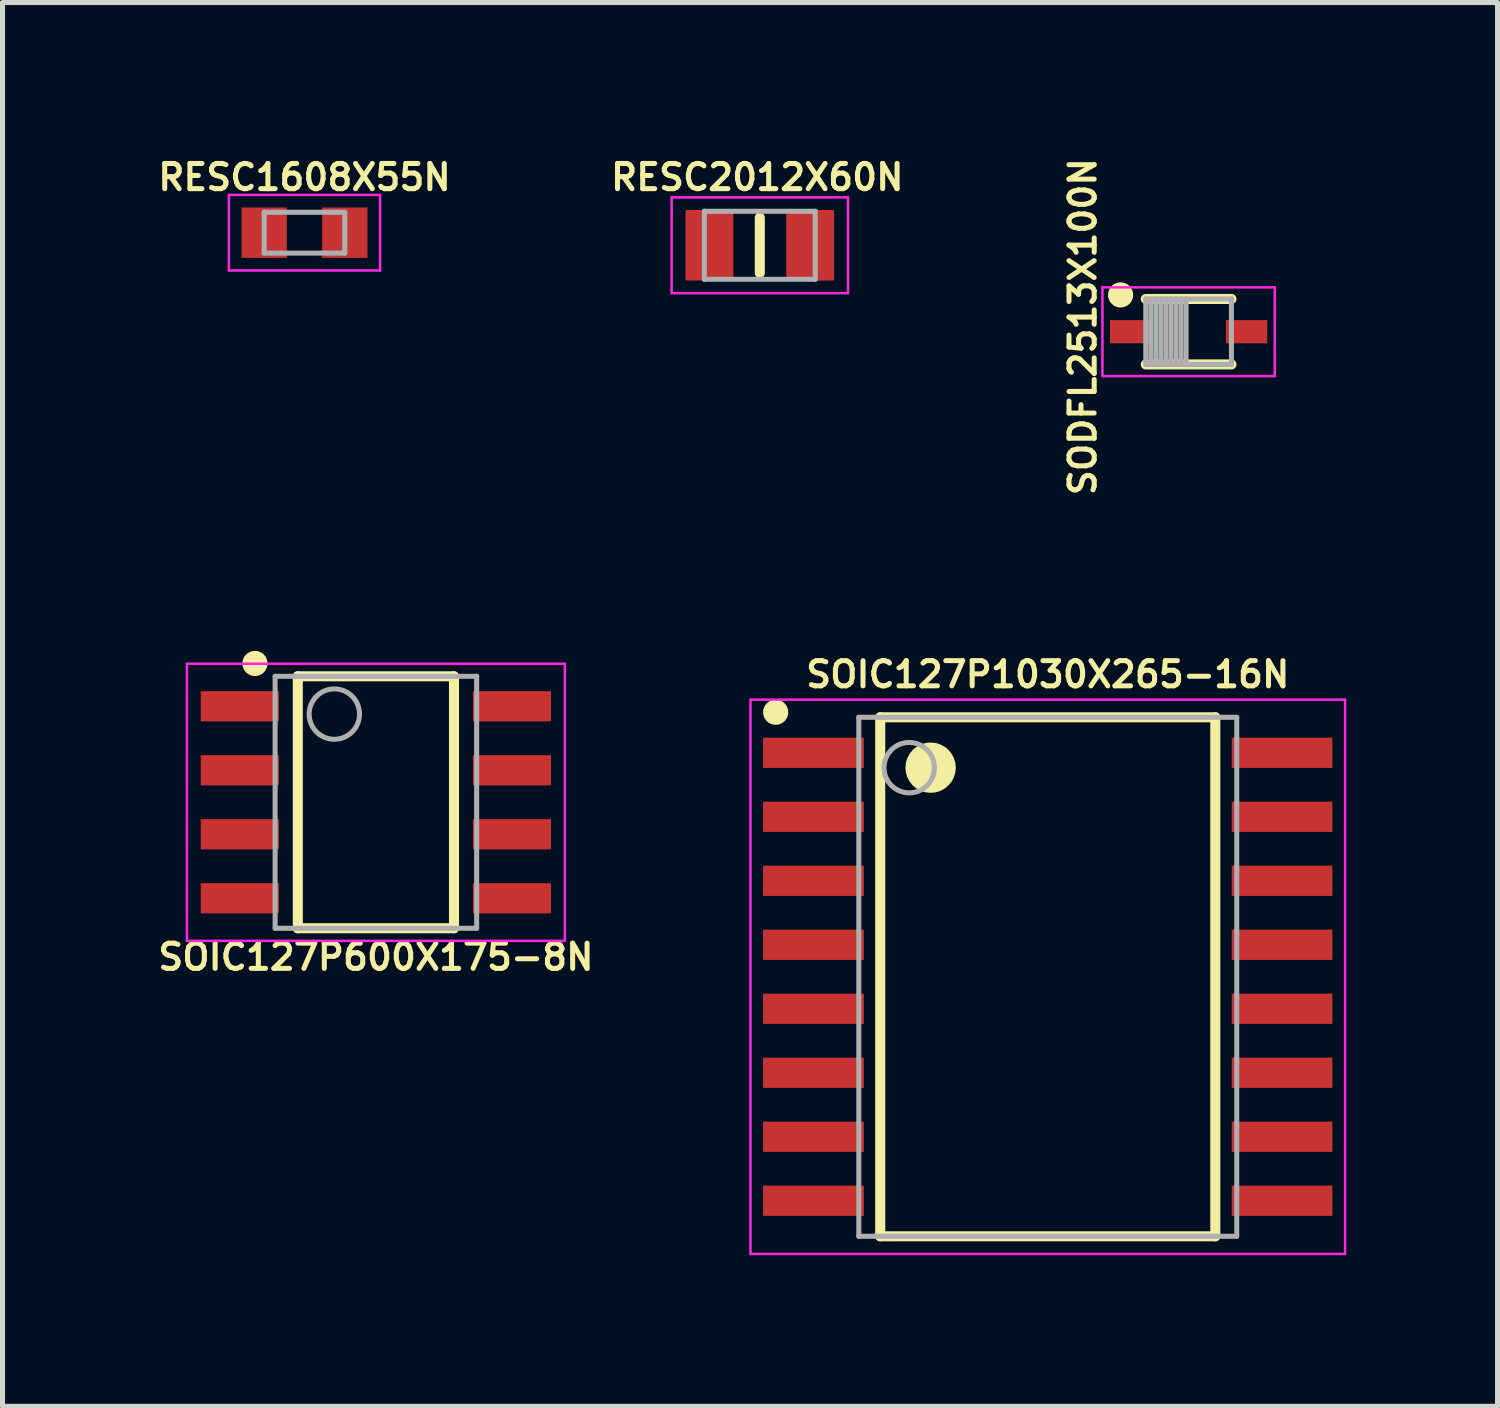
<source format=kicad_pcb>
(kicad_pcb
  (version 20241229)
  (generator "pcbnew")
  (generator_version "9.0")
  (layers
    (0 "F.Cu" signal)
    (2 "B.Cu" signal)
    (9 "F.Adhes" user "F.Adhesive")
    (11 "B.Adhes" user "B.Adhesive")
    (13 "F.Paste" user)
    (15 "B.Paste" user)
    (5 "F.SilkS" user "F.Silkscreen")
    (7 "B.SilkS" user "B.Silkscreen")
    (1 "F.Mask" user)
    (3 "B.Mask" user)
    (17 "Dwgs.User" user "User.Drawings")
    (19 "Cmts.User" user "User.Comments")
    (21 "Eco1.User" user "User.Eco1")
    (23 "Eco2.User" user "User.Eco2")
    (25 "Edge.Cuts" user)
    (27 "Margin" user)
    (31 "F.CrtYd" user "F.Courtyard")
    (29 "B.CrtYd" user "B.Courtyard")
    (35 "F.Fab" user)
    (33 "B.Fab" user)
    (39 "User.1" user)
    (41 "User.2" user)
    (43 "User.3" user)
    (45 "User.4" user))
  (footprint "SODFL2513X100N"
    (layer "F.Cu")
    (at 20.539 3.533)
    (property "Reference" "SODFL2513X100N" (at -2.1 -0.1 90) (layer "F.SilkS") (effects (font (size 0.5 0.5) (thickness 0.1))))
    (attr smd)
    (fp_line (start -0.85 -0.65) (end 0.85 -0.65) (stroke (width 0.2) (type solid)) (layer "F.SilkS"))
    (fp_line (start -0.85 0.65) (end 0.85 0.65) (stroke (width 0.2) (type solid)) (layer "F.SilkS"))
    (fp_circle (center -1.35 -0.73) (end -1.225 -0.73) (stroke (width 0.25) (type solid)) (fill no) (layer "F.SilkS"))
    (fp_line (start -0.9 -0.725) (end 0.9 -0.725) (stroke (width 0.001) (type solid)) (layer "Cmts.User"))
    (fp_line (start -0.9 0.725) (end -0.9 -0.725) (stroke (width 0.001) (type solid)) (layer "Cmts.User"))
    (fp_line (start -0.9 0.725) (end 0.9 0.725) (stroke (width 0.001) (type solid)) (layer "Cmts.User"))
    (fp_line (start 0.9 0.725) (end 0.9 -0.725) (stroke (width 0.001) (type solid)) (layer "Cmts.User"))
    (fp_line (start -1.71 -0.88) (end 1.71 -0.88) (stroke (width 0.05) (type solid)) (layer "F.CrtYd"))
    (fp_line (start -1.71 0.88) (end -1.71 -0.88) (stroke (width 0.05) (type solid)) (layer "F.CrtYd"))
    (fp_line (start -1.71 0.88) (end 1.71 0.88) (stroke (width 0.05) (type solid)) (layer "F.CrtYd"))
    (fp_line (start 1.71 0.88) (end 1.71 -0.88) (stroke (width 0.05) (type solid)) (layer "F.CrtYd"))
    (fp_line (start -0.85 -0.65) (end 0.85 -0.65) (stroke (width 0.1) (type solid)) (layer "F.Fab"))
    (fp_line (start -0.85 0.65) (end -0.85 -0.65) (stroke (width 0.1) (type solid)) (layer "F.Fab"))
    (fp_line (start -0.85 0.65) (end 0.85 0.65) (stroke (width 0.1) (type solid)) (layer "F.Fab"))
    (fp_line (start -0.75 0.65) (end -0.75 -0.65) (stroke (width 0.1) (type solid)) (layer "F.Fab"))
    (fp_line (start -0.65 0.65) (end -0.65 -0.65) (stroke (width 0.1) (type solid)) (layer "F.Fab"))
    (fp_line (start -0.55 0.65) (end -0.55 -0.65) (stroke (width 0.1) (type solid)) (layer "F.Fab"))
    (fp_line (start -0.45 0.65) (end -0.45 -0.65) (stroke (width 0.1) (type solid)) (layer "F.Fab"))
    (fp_line (start -0.35 0.65) (end -0.35 -0.65) (stroke (width 0.1) (type solid)) (layer "F.Fab"))
    (fp_line (start -0.25 0.65) (end -0.25 -0.65) (stroke (width 0.1) (type solid)) (layer "F.Fab"))
    (fp_line (start -0.15 0.65) (end -0.15 -0.65) (stroke (width 0.1) (type solid)) (layer "F.Fab"))
    (fp_line (start -0.05 0.65) (end -0.05 -0.65) (stroke (width 0.1) (type solid)) (layer "F.Fab"))
    (fp_line (start 0.85 0.65) (end 0.85 -0.65) (stroke (width 0.1) (type solid)) (layer "F.Fab"))
    (pad "1" smd rect (at -1.15 0) (size 0.82 0.46) (layers "F.Cu" "F.Mask" "F.Paste"))
    (pad "2" smd rect (at 1.15 0) (size 0.82 0.46) (layers "F.Cu" "F.Mask" "F.Paste")))
  (footprint "RESC1608X55N"
    (layer "F.Cu")
    (at 2.993 1.568)
    (property "Reference" "RESC1608X55N" (at 0 -1.1 0) (layer "F.SilkS") (effects (font (size 0.5 0.5) (thickness 0.1))))
    (attr smd)
    (fp_line (start -1.5 -0.75) (end 1.5 -0.75) (stroke (width 0.05) (type solid)) (layer "F.CrtYd"))
    (fp_line (start -1.5 0.75) (end -1.5 -0.75) (stroke (width 0.05) (type solid)) (layer "F.CrtYd"))
    (fp_line (start -1.5 0.75) (end 1.5 0.75) (stroke (width 0.05) (type solid)) (layer "F.CrtYd"))
    (fp_line (start 1.5 0.75) (end 1.5 -0.75) (stroke (width 0.05) (type solid)) (layer "F.CrtYd"))
    (fp_line (start -0.8 -0.405) (end 0.8 -0.405) (stroke (width 0.1) (type solid)) (layer "F.Fab"))
    (fp_line (start -0.8 0.405) (end -0.8 -0.405) (stroke (width 0.1) (type solid)) (layer "F.Fab"))
    (fp_line (start -0.8 0.405) (end 0.8 0.405) (stroke (width 0.1) (type solid)) (layer "F.Fab"))
    (fp_line (start 0.8 0.405) (end 0.8 -0.405) (stroke (width 0.1) (type solid)) (layer "F.Fab"))
    (pad "1" smd rect (at -0.8 0 180) (size 0.9 1) (layers "F.Cu" "F.Mask" "F.Paste"))
    (pad "2" smd rect (at 0.8 0 180) (size 0.9 1) (layers "F.Cu" "F.Mask" "F.Paste")))
  (footprint "SOIC127P1030X265-16N"
    (layer "F.Cu")
    (at 17.744 16.335)
    (property "Reference" "SOIC127P1030X265-16N" (at 0 -6 0) (layer "F.SilkS") (effects (font (size 0.5 0.5) (thickness 0.1))))
    (attr smd)
    (fp_line (start -3.325 -5.15) (end 3.325 -5.15) (stroke (width 0.2) (type solid)) (layer "F.SilkS"))
    (fp_line (start -3.325 5.15) (end -3.325 -5.15) (stroke (width 0.2) (type solid)) (layer "F.SilkS"))
    (fp_line (start -3.325 5.15) (end 3.325 5.15) (stroke (width 0.2) (type solid)) (layer "F.SilkS"))
    (fp_line (start 3.325 5.15) (end 3.325 -5.15) (stroke (width 0.2) (type solid)) (layer "F.SilkS"))
    (fp_circle (center -5.4 -5.25) (end -5.275 -5.25) (stroke (width 0.25) (type solid)) (fill no) (layer "F.SilkS"))
    (fp_circle (center -2.325 -4.15) (end -2.075 -4.15) (stroke (width 0.5) (type solid)) (fill no) (layer "F.SilkS"))
    (fp_line (start -5.9 -5.5) (end 5.9 -5.5) (stroke (width 0.05) (type solid)) (layer "F.CrtYd"))
    (fp_line (start -5.9 5.5) (end -5.9 -5.5) (stroke (width 0.05) (type solid)) (layer "F.CrtYd"))
    (fp_line (start -5.9 5.5) (end 5.9 5.5) (stroke (width 0.05) (type solid)) (layer "F.CrtYd"))
    (fp_line (start 5.9 5.5) (end 5.9 -5.5) (stroke (width 0.05) (type solid)) (layer "F.CrtYd"))
    (fp_line (start -3.75 -5.15) (end 3.75 -5.15) (stroke (width 0.1) (type solid)) (layer "F.Fab"))
    (fp_line (start -3.75 5.15) (end -3.75 -5.15) (stroke (width 0.1) (type solid)) (layer "F.Fab"))
    (fp_line (start -3.75 5.15) (end 3.75 5.15) (stroke (width 0.1) (type solid)) (layer "F.Fab"))
    (fp_line (start 3.75 5.15) (end 3.75 -5.15) (stroke (width 0.1) (type solid)) (layer "F.Fab"))
    (fp_circle (center -2.75 -4.15) (end -2.25 -4.15) (stroke (width 0.1) (type solid)) (fill no) (layer "F.Fab"))
    (pad "1" smd rect (at -4.65 -4.445) (size 2 0.6) (layers "F.Cu" "F.Mask" "F.Paste"))
    (pad "2" smd rect (at -4.65 -3.175) (size 2 0.6) (layers "F.Cu" "F.Mask" "F.Paste"))
    (pad "3" smd rect (at -4.65 -1.905) (size 2 0.6) (layers "F.Cu" "F.Mask" "F.Paste"))
    (pad "4" smd rect (at -4.65 -0.635) (size 2 0.6) (layers "F.Cu" "F.Mask" "F.Paste"))
    (pad "5" smd rect (at -4.65 0.635) (size 2 0.6) (layers "F.Cu" "F.Mask" "F.Paste"))
    (pad "6" smd rect (at -4.65 1.905) (size 2 0.6) (layers "F.Cu" "F.Mask" "F.Paste"))
    (pad "7" smd rect (at -4.65 3.175) (size 2 0.6) (layers "F.Cu" "F.Mask" "F.Paste"))
    (pad "8" smd rect (at -4.65 4.445) (size 2 0.6) (layers "F.Cu" "F.Mask" "F.Paste"))
    (pad "9" smd rect (at 4.65 4.445) (size 2 0.6) (layers "F.Cu" "F.Mask" "F.Paste"))
    (pad "10" smd rect (at 4.65 3.175) (size 2 0.6) (layers "F.Cu" "F.Mask" "F.Paste"))
    (pad "11" smd rect (at 4.65 1.905) (size 2 0.6) (layers "F.Cu" "F.Mask" "F.Paste"))
    (pad "12" smd rect (at 4.65 0.635) (size 2 0.6) (layers "F.Cu" "F.Mask" "F.Paste"))
    (pad "13" smd rect (at 4.65 -0.635) (size 2 0.6) (layers "F.Cu" "F.Mask" "F.Paste"))
    (pad "14" smd rect (at 4.65 -1.905) (size 2 0.6) (layers "F.Cu" "F.Mask" "F.Paste"))
    (pad "15" smd rect (at 4.65 -3.175) (size 2 0.6) (layers "F.Cu" "F.Mask" "F.Paste"))
    (pad "16" smd rect (at 4.65 -4.445) (size 2 0.6) (layers "F.Cu" "F.Mask" "F.Paste")))
  (footprint "SOIC127P600X175-8N"
    (layer "F.Cu")
    (at 4.41 12.872)
    (property "Reference" "SOIC127P600X175-8N" (at 0 3.07 0) (layer "F.SilkS") (effects (font (size 0.5 0.5) (thickness 0.1))))
    (attr smd)
    (fp_line (start -1.55 -2.5) (end 1.55 -2.5) (stroke (width 0.2) (type solid)) (layer "F.SilkS"))
    (fp_line (start -1.55 2.5) (end -1.55 -2.5) (stroke (width 0.2) (type solid)) (layer "F.SilkS"))
    (fp_line (start -1.55 2.5) (end 1.55 2.5) (stroke (width 0.2) (type solid)) (layer "F.SilkS"))
    (fp_line (start 1.55 2.5) (end 1.55 -2.5) (stroke (width 0.2) (type solid)) (layer "F.SilkS"))
    (fp_circle (center -2.4 -2.755) (end -2.275 -2.755) (stroke (width 0.25) (type solid)) (fill no) (layer "F.SilkS"))
    (fp_line (start -3.75 -2.75) (end 3.75 -2.75) (stroke (width 0.05) (type solid)) (layer "F.CrtYd"))
    (fp_line (start -3.75 2.75) (end -3.75 -2.75) (stroke (width 0.05) (type solid)) (layer "F.CrtYd"))
    (fp_line (start -3.75 2.75) (end 3.75 2.75) (stroke (width 0.05) (type solid)) (layer "F.CrtYd"))
    (fp_line (start 3.75 2.75) (end 3.75 -2.75) (stroke (width 0.05) (type solid)) (layer "F.CrtYd"))
    (fp_line (start -2 -2.5) (end 2 -2.5) (stroke (width 0.1) (type solid)) (layer "F.Fab"))
    (fp_line (start -2 2.5) (end -2 -2.5) (stroke (width 0.1) (type solid)) (layer "F.Fab"))
    (fp_line (start -2 2.5) (end 2 2.5) (stroke (width 0.1) (type solid)) (layer "F.Fab"))
    (fp_line (start 2 2.5) (end 2 -2.5) (stroke (width 0.1) (type solid)) (layer "F.Fab"))
    (fp_circle (center -0.825 -1.75) (end -0.325 -1.75) (stroke (width 0.1) (type solid)) (fill no) (layer "F.Fab"))
    (pad "1" smd rect (at -2.7 -1.905 270) (size 0.6 1.55) (layers "F.Cu" "F.Mask" "F.Paste"))
    (pad "2" smd rect (at -2.7 -0.635 270) (size 0.6 1.55) (layers "F.Cu" "F.Mask" "F.Paste"))
    (pad "3" smd rect (at -2.7 0.635 270) (size 0.6 1.55) (layers "F.Cu" "F.Mask" "F.Paste"))
    (pad "4" smd rect (at -2.7 1.905 270) (size 0.6 1.55) (layers "F.Cu" "F.Mask" "F.Paste"))
    (pad "5" smd rect (at 2.7 1.905 270) (size 0.6 1.55) (layers "F.Cu" "F.Mask" "F.Paste"))
    (pad "6" smd rect (at 2.7 0.635 270) (size 0.6 1.55) (layers "F.Cu" "F.Mask" "F.Paste"))
    (pad "7" smd rect (at 2.7 -0.635 270) (size 0.6 1.55) (layers "F.Cu" "F.Mask" "F.Paste"))
    (pad "8" smd rect (at 2.7 -1.905 270) (size 0.6 1.55) (layers "F.Cu" "F.Mask" "F.Paste")))
  (footprint "RESC2012X60N"
    (layer "F.Cu")
    (at 12.029 1.818)
    (property "Reference" "RESC2012X60N" (at -0.05 -1.35 0) (layer "F.SilkS") (effects (font (size 0.5 0.5) (thickness 0.1))))
    (attr smd)
    (fp_line (start 0 0.55) (end 0 -0.55) (stroke (width 0.2) (type solid)) (layer "F.SilkS"))
    (fp_line (start -1.75 -0.95) (end 1.75 -0.95) (stroke (width 0.05) (type solid)) (layer "F.CrtYd"))
    (fp_line (start -1.75 0.95) (end -1.75 -0.95) (stroke (width 0.05) (type solid)) (layer "F.CrtYd"))
    (fp_line (start -1.75 0.95) (end 1.75 0.95) (stroke (width 0.05) (type solid)) (layer "F.CrtYd"))
    (fp_line (start 1.75 0.95) (end 1.75 -0.95) (stroke (width 0.05) (type solid)) (layer "F.CrtYd"))
    (fp_line (start -1.1 -0.675) (end 1.1 -0.675) (stroke (width 0.1) (type solid)) (layer "F.Fab"))
    (fp_line (start -1.1 0.675) (end -1.1 -0.675) (stroke (width 0.1) (type solid)) (layer "F.Fab"))
    (fp_line (start -1.1 0.675) (end 1.1 0.675) (stroke (width 0.1) (type solid)) (layer "F.Fab"))
    (fp_line (start 1.1 0.675) (end 1.1 -0.675) (stroke (width 0.1) (type solid)) (layer "F.Fab"))
    (pad "1" smd rect (at -1 0 180) (size 0.95 1.4) (layers "F.Cu" "F.Mask" "F.Paste"))
    (pad "2" smd rect (at 1 0 180) (size 0.95 1.4) (layers "F.Cu" "F.Mask" "F.Paste")))
  (gr_rect
    (start -3 -3)
    (end 26.669 24.86)
    (stroke (width 0.1) (type default))
    (fill no)
    (layer "Edge.Cuts")))
</source>
